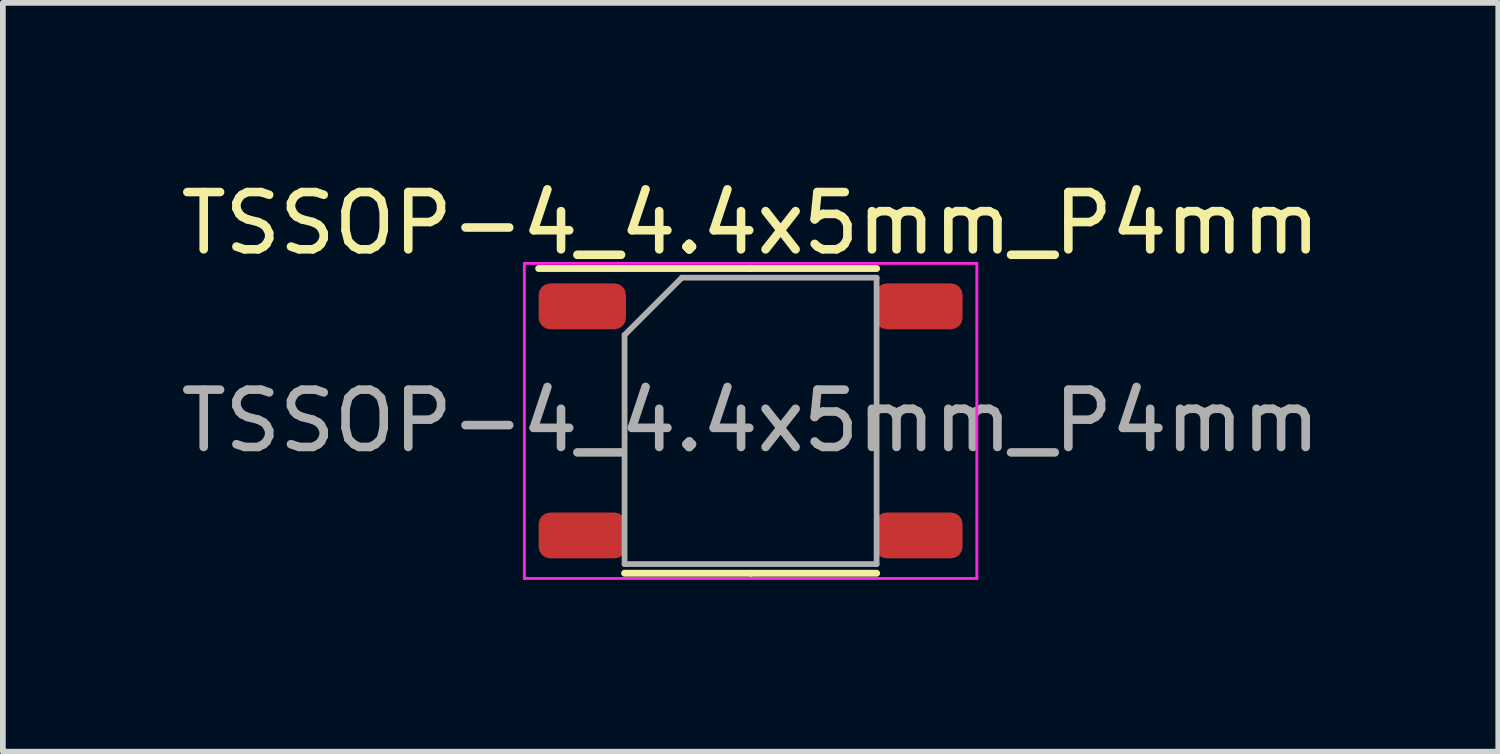
<source format=kicad_pcb>
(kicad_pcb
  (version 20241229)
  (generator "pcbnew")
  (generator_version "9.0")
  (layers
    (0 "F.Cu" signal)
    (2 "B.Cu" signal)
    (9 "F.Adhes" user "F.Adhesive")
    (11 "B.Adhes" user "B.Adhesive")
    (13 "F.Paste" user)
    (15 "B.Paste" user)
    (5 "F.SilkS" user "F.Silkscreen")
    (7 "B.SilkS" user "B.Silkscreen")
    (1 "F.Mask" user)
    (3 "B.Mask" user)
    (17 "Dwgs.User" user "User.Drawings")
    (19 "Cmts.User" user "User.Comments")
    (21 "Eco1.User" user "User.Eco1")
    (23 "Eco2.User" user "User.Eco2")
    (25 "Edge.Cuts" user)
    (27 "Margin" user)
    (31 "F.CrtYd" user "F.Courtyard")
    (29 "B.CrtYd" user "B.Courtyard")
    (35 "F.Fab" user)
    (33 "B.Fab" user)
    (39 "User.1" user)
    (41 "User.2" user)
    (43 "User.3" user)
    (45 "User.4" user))
  (footprint "TSSOP-4_4.4x5mm_P4mm"
    (layer "F.Cu")
    (at 10.054 4.298)
    (property "Reference" "TSSOP-4_4.4x5mm_P4mm" (at 0 -3.45 0) (layer "F.SilkS") (effects (font (size 1 1) (thickness 0.15))))
    (attr smd)
    (fp_line (start 0 -2.66) (end -3.7 -2.66) (stroke (width 0.12) (type solid)) (layer "F.SilkS"))
    (fp_line (start 0 -2.66) (end 2.2 -2.66) (stroke (width 0.12) (type solid)) (layer "F.SilkS"))
    (fp_line (start 0 2.66) (end -2.2 2.66) (stroke (width 0.12) (type solid)) (layer "F.SilkS"))
    (fp_line (start 0 2.66) (end 2.2 2.66) (stroke (width 0.12) (type solid)) (layer "F.SilkS"))
    (fp_line (start -3.95 -2.75) (end -3.95 2.75) (stroke (width 0.05) (type solid)) (layer "F.CrtYd"))
    (fp_line (start -3.95 2.75) (end 3.95 2.75) (stroke (width 0.05) (type solid)) (layer "F.CrtYd"))
    (fp_line (start 3.95 -2.75) (end -3.95 -2.75) (stroke (width 0.05) (type solid)) (layer "F.CrtYd"))
    (fp_line (start 3.95 2.75) (end 3.95 -2.75) (stroke (width 0.05) (type solid)) (layer "F.CrtYd"))
    (fp_line (start -2.2 -1.5) (end -1.2 -2.5) (stroke (width 0.1) (type solid)) (layer "F.Fab"))
    (fp_line (start -2.2 2.5) (end -2.2 -1.5) (stroke (width 0.1) (type solid)) (layer "F.Fab"))
    (fp_line (start -1.2 -2.5) (end 2.2 -2.5) (stroke (width 0.1) (type solid)) (layer "F.Fab"))
    (fp_line (start 2.2 -2.5) (end 2.2 2.5) (stroke (width 0.1) (type solid)) (layer "F.Fab"))
    (fp_line (start 2.2 2.5) (end -2.2 2.5) (stroke (width 0.1) (type solid)) (layer "F.Fab"))
    (fp_text user "${REFERENCE}" (at 0 0 0) (layer "F.Fab") (effects (font (size 1 1) (thickness 0.15))))
    (pad "1" smd roundrect (at -2.938 -2) (size 1.525 0.8) (layers "F.Cu" "F.Mask" "F.Paste") (roundrect_rratio 0.25))
    (pad "2" smd roundrect (at -2.938 2) (size 1.525 0.8) (layers "F.Cu" "F.Mask" "F.Paste") (roundrect_rratio 0.25))
    (pad "3" smd roundrect (at 2.938 2) (size 1.525 0.8) (layers "F.Cu" "F.Mask" "F.Paste") (roundrect_rratio 0.25))
    (pad "4" smd roundrect (at 2.938 -2) (size 1.525 0.8) (layers "F.Cu" "F.Mask" "F.Paste") (roundrect_rratio 0.25)))
  (gr_rect
    (start -3 -3)
    (end 23.107 10.073)
    (stroke (width 0.1) (type default))
    (fill no)
    (layer "Edge.Cuts")))
</source>
